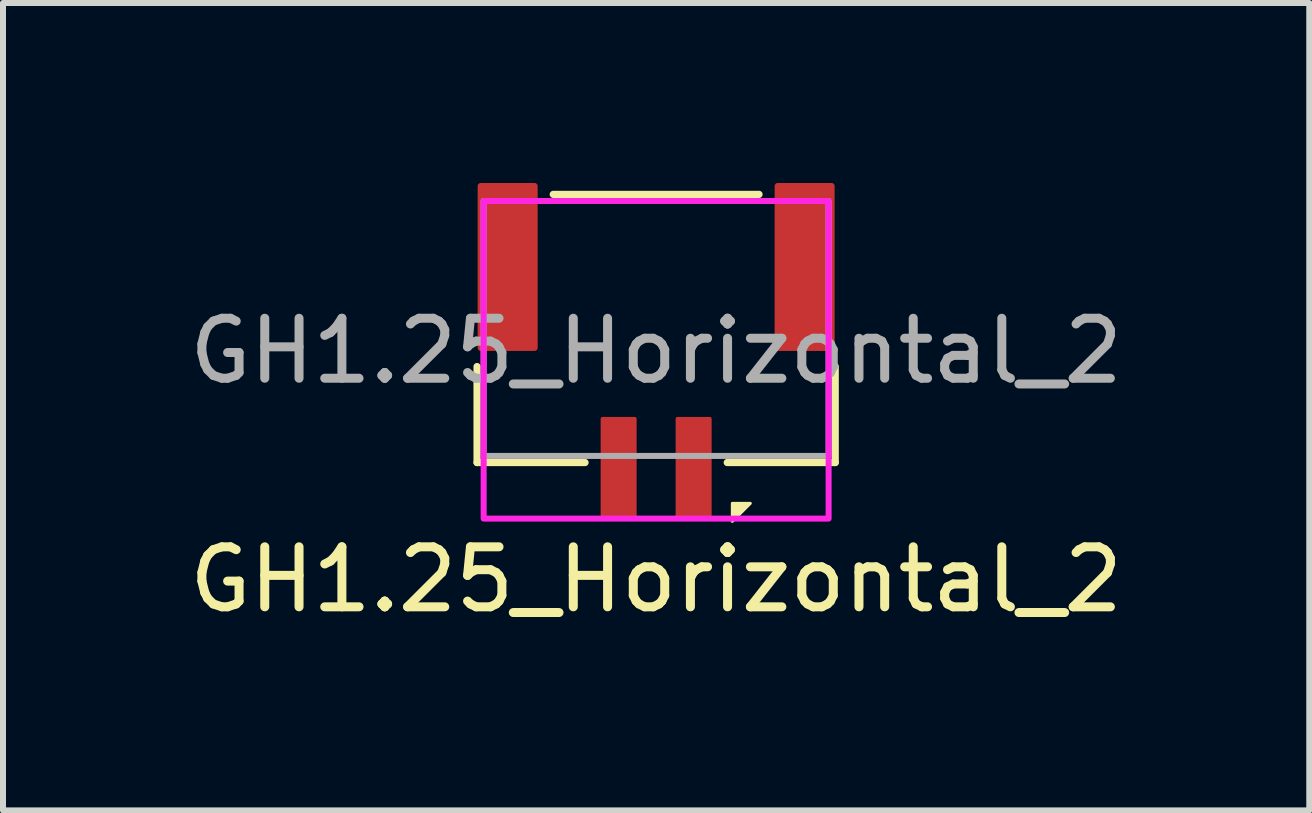
<source format=kicad_pcb>
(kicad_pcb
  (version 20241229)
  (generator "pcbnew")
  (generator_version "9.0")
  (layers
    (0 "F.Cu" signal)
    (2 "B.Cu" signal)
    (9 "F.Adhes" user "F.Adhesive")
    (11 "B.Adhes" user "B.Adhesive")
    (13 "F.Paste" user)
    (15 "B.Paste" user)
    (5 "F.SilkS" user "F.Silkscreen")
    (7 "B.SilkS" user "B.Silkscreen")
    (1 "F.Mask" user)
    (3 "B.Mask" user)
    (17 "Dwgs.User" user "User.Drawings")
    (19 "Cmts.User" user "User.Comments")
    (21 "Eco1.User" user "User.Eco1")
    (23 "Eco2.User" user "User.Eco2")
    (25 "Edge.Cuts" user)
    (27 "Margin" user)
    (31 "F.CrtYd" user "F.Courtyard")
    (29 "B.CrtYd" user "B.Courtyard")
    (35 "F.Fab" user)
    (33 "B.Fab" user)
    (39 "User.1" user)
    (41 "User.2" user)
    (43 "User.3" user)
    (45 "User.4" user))
  (footprint "GH1.25_Horizontal_2"
    (layer "F.Cu")
    (at 7.887 2.8)
    (property "Reference" "GH1.25_Horizontal_2" (at 0 3.81 0) (unlocked yes) (layer "F.SilkS") (effects (font (size 1 1) (thickness 0.15))))
    (attr smd)
    (fp_line (start -2.985 0.26) (end -2.985 1.86) (stroke (width 0.12) (type solid)) (layer "F.SilkS"))
    (fp_line (start -2.985 1.86) (end -1.185 1.86) (stroke (width 0.12) (type solid)) (layer "F.SilkS"))
    (fp_line (start -1.715 -2.61) (end 1.715 -2.61) (stroke (width 0.12) (type solid)) (layer "F.SilkS"))
    (fp_line (start 2.985 0.26) (end 2.985 1.86) (stroke (width 0.12) (type solid)) (layer "F.SilkS"))
    (fp_line (start 2.985 1.86) (end 1.185 1.86) (stroke (width 0.12) (type solid)) (layer "F.SilkS"))
    (fp_poly (pts (xy 1.27 2.84) (xy 1.27 2.54) (xy 1.57 2.54)) (stroke (width 0.05) (type solid)) (fill yes) (layer "F.SilkS"))
    (fp_rect (start -2.875 -2.5) (end 2.875 2.794) (stroke (width 0.1) (type solid)) (fill no) (layer "F.CrtYd"))
    (fp_rect (start -2.875 -2.5) (end 2.875 1.75) (stroke (width 0.1) (type solid)) (fill no) (layer "F.Fab"))
    (fp_text user "${REFERENCE}" (at 0 0 0) (layer "F.Fab") (effects (font (size 1 1) (thickness 0.15))))
    (pad "1" smd roundrect (at 0.625 1.95 90) (size 1.7 0.6) (layers "F.Cu" "F.Mask" "F.Paste") (roundrect_rratio 0.05))
    (pad "2" smd roundrect (at -0.625 1.95 90) (size 1.7 0.6) (layers "F.Cu" "F.Mask" "F.Paste") (roundrect_rratio 0.05))
    (pad "MP" smd roundrect (at -2.475 -1.4 90) (size 2.8 1) (layers "F.Cu" "F.Mask" "F.Paste") (roundrect_rratio 0.05))
    (pad "MP" smd roundrect (at 2.475 -1.4 90) (size 2.8 1) (layers "F.Cu" "F.Mask" "F.Paste") (roundrect_rratio 0.05)))
  (gr_rect
    (start -3 -3)
    (end 18.774 10.458)
    (stroke (width 0.1) (type default))
    (fill no)
    (layer "Edge.Cuts")))
</source>
